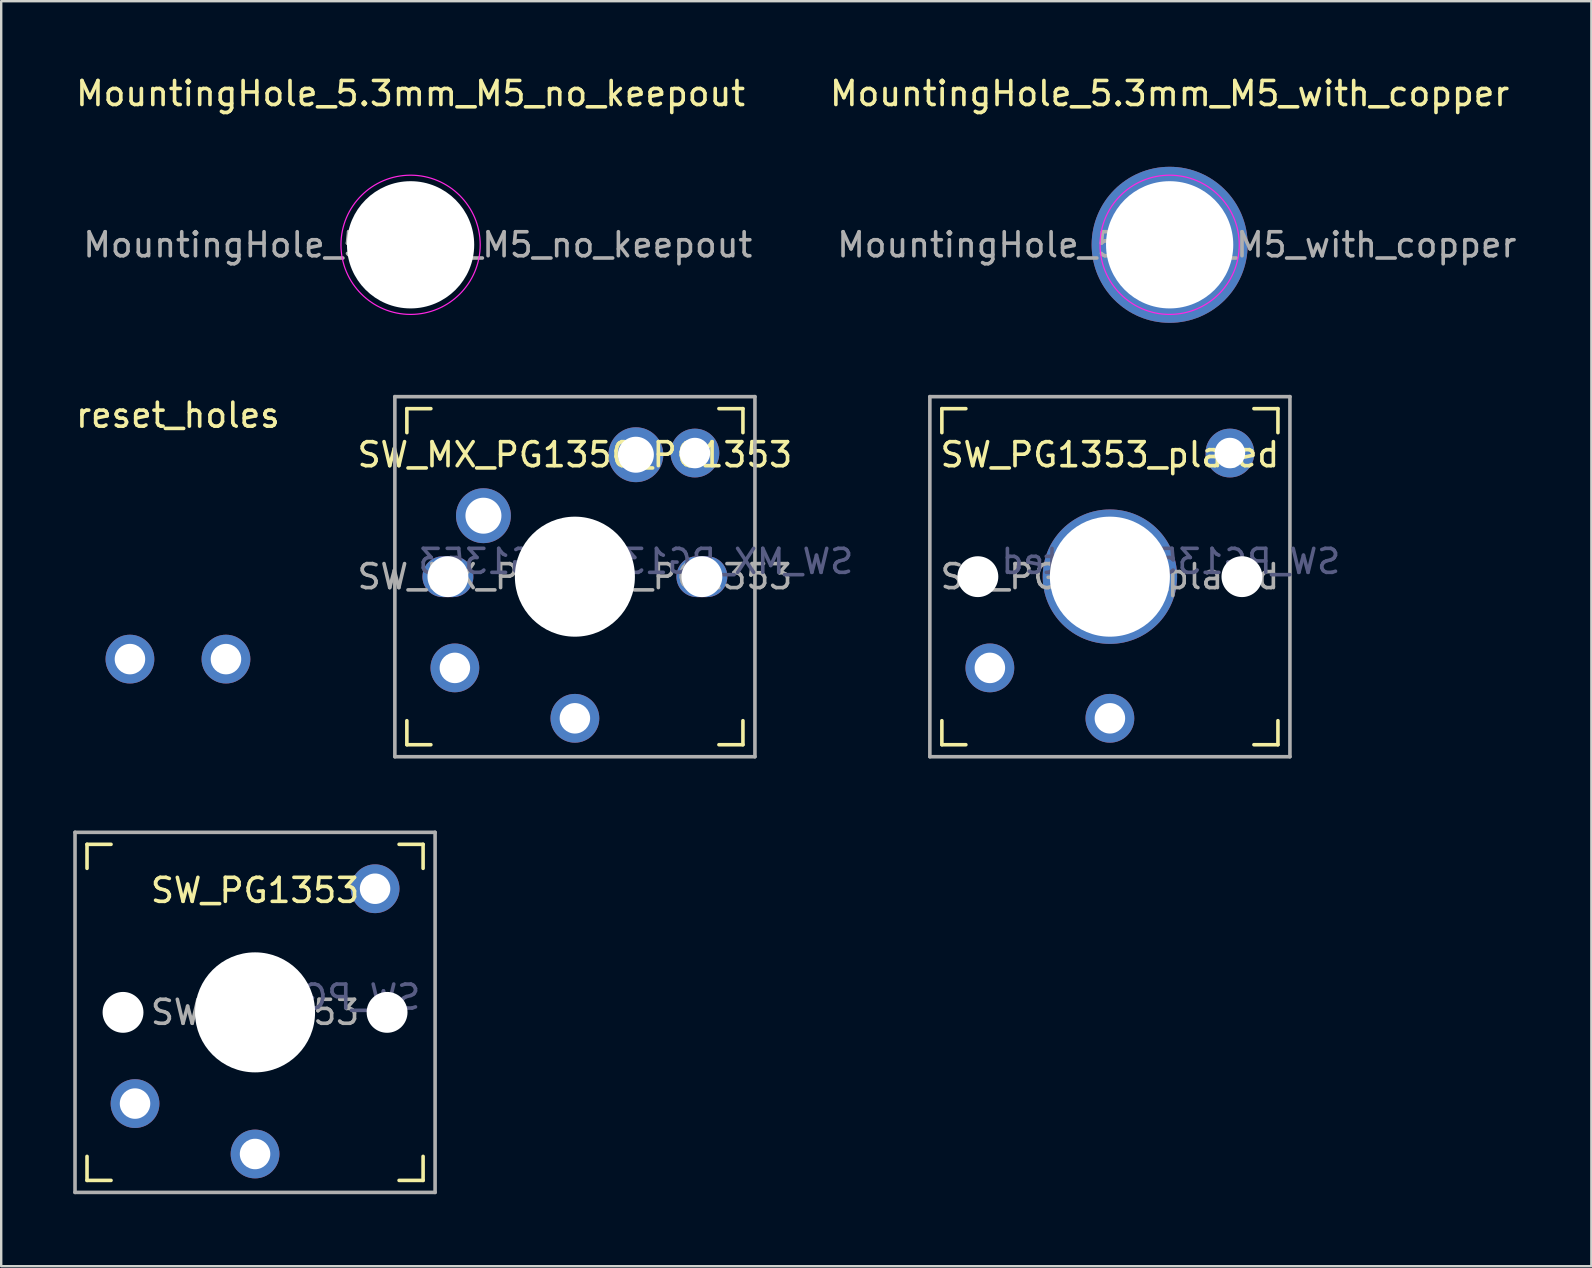
<source format=kicad_pcb>
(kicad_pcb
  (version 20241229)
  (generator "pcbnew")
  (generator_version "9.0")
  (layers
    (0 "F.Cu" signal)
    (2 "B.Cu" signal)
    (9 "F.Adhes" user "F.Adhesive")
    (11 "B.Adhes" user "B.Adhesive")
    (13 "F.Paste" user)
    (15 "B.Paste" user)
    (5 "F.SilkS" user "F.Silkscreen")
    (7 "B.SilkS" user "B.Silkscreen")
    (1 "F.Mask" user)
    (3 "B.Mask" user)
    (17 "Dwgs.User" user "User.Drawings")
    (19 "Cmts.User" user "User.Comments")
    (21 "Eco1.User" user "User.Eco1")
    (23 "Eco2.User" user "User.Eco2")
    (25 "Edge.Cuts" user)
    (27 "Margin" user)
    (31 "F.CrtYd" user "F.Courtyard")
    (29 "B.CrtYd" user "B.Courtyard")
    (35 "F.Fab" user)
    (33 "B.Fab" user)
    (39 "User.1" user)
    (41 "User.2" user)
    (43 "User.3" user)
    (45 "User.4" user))
  (footprint "SW_PG1353_plated"
    (layer "F.Cu")
    (at 43.186 20.973)
    (property "Reference" "SW_PG1353_plated" (at 0 -5.08 0) (layer "F.SilkS") (effects (font (size 1 1) (thickness 0.15))))
    (property "Value" "SW_PG1353_plated" (at 0 8.25 0) (layer "F.Fab") (hide yes) (effects (font (size 1 1) (thickness 0.15))))
    (attr through_hole)
    (fp_line (start -7 -6) (end -7 -7) (stroke (width 0.15) (type solid)) (layer "F.SilkS"))
    (fp_line (start -7 7) (end -7 6) (stroke (width 0.15) (type solid)) (layer "F.SilkS"))
    (fp_line (start -7 7) (end -6 7) (stroke (width 0.15) (type solid)) (layer "F.SilkS"))
    (fp_line (start -6 -7) (end -7 -7) (stroke (width 0.15) (type solid)) (layer "F.SilkS"))
    (fp_line (start 6 7) (end 7 7) (stroke (width 0.15) (type solid)) (layer "F.SilkS"))
    (fp_line (start 7 -7) (end 6 -7) (stroke (width 0.15) (type solid)) (layer "F.SilkS"))
    (fp_line (start 7 -7) (end 7 -6) (stroke (width 0.15) (type solid)) (layer "F.SilkS"))
    (fp_line (start 7 6) (end 7 7) (stroke (width 0.15) (type solid)) (layer "F.SilkS"))
    (fp_line (start -6.9 6.9) (end -6.9 -6.9) (stroke (width 0.15) (type solid)) (layer "Eco2.User"))
    (fp_line (start -6.9 6.9) (end 6.9 6.9) (stroke (width 0.15) (type solid)) (layer "Eco2.User"))
    (fp_line (start -2.6 -3.1) (end -2.6 -6.3) (stroke (width 0.15) (type solid)) (layer "Eco2.User"))
    (fp_line (start -2.6 -3.1) (end 2.6 -3.1) (stroke (width 0.15) (type solid)) (layer "Eco2.User"))
    (fp_line (start 2.6 -6.3) (end -2.6 -6.3) (stroke (width 0.15) (type solid)) (layer "Eco2.User"))
    (fp_line (start 2.6 -3.1) (end 2.6 -6.3) (stroke (width 0.15) (type solid)) (layer "Eco2.User"))
    (fp_line (start 6.9 -6.9) (end -6.9 -6.9) (stroke (width 0.15) (type solid)) (layer "Eco2.User"))
    (fp_line (start 6.9 -6.9) (end 6.9 6.9) (stroke (width 0.15) (type solid)) (layer "Eco2.User"))
    (fp_line (start -7.5 -7.5) (end 7.5 -7.5) (stroke (width 0.15) (type solid)) (layer "F.Fab"))
    (fp_line (start -7.5 7.5) (end -7.5 -7.5) (stroke (width 0.15) (type solid)) (layer "F.Fab"))
    (fp_line (start 7.5 -7.5) (end 7.5 7.5) (stroke (width 0.15) (type solid)) (layer "F.Fab"))
    (fp_line (start 7.5 7.5) (end -7.5 7.5) (stroke (width 0.15) (type solid)) (layer "F.Fab"))
    (fp_text user "${VALUE}" (at 2.54 -0.635 0) (layer "B.Fab") (effects (font (size 1 1) (thickness 0.15)) (justify mirror)))
    (fp_text user "${REFERENCE}" (at 0 0 0) (layer "F.Fab") (effects (font (size 1 1) (thickness 0.15))))
    (pad "" np_thru_hole circle (at -5.5 0) (size 1.702 1.702) (drill 1.702) (layers "*.Cu" "*.Mask"))
    (pad "" thru_hole circle (at 0 0) (size 5.6 5.6) (drill 5) (layers "*.Cu" "*.Mask"))
    (pad "" thru_hole circle (at 5 -5.15) (size 2.032 2.032) (drill 1.27) (layers "*.Cu" "*.Mask"))
    (pad "" np_thru_hole circle (at 5.5 0) (size 1.702 1.702) (drill 1.702) (layers "*.Cu" "*.Mask"))
    (pad "1" thru_hole circle (at 0 5.9) (size 2.032 2.032) (drill 1.27) (layers "*.Cu" "*.Mask"))
    (pad "2" thru_hole circle (at -5 3.8) (size 2.032 2.032) (drill 1.27) (layers "*.Cu" "*.Mask")))
  (footprint "reset_holes"
    (layer "F.Cu")
    (at 4.363 24.407)
    (property "Reference" "reset_holes" (at 0 -10.16 0) (layer "F.SilkS") (effects (font (size 1 1) (thickness 0.15))))
    (attr through_hole)
    (pad "1" thru_hole circle (at -2 0) (size 2.032 2.032) (drill 1.27) (layers "*.Cu" "*.Mask"))
    (pad "2" thru_hole circle (at 2 0) (size 2.032 2.032) (drill 1.27) (layers "*.Cu" "*.Mask")))
  (footprint "MountingHole_5.3mm_M5_with_copper"
    (layer "F.Cu")
    (at 45.675 7.148)
    (property "Reference" "MountingHole_5.3mm_M5_with_copper" (at 0 -6.3 0) (layer "F.SilkS") (effects (font (size 1 1) (thickness 0.15))))
    (attr exclude_from_pos_files exclude_from_bom)
    (fp_circle (center 0 0) (end 2.9 0) (stroke (width 0.05) (type solid)) (fill no) (layer "F.CrtYd"))
    (fp_text user "${REFERENCE}" (at 0.3 0 0) (layer "F.Fab") (effects (font (size 1 1) (thickness 0.15))))
    (pad "" thru_hole circle (at 0 0) (size 6.5 6.5) (drill 5.3) (layers "*.Cu" "*.Mask")))
  (footprint "SW_MX_PG1350_PG1353"
    (layer "F.Cu")
    (at 20.899 20.973)
    (property "Reference" "SW_MX_PG1350_PG1353" (at 0 -5.08 0) (layer "F.SilkS") (effects (font (size 1 1) (thickness 0.15))))
    (property "Value" "SW_MX_PG1350_PG1353" (at 0 8.25 0) (layer "F.Fab") (hide yes) (effects (font (size 1 1) (thickness 0.15))))
    (attr through_hole)
    (fp_line (start -7 -6) (end -7 -7) (stroke (width 0.15) (type solid)) (layer "F.SilkS"))
    (fp_line (start -7 7) (end -7 6) (stroke (width 0.15) (type solid)) (layer "F.SilkS"))
    (fp_line (start -7 7) (end -6 7) (stroke (width 0.15) (type solid)) (layer "F.SilkS"))
    (fp_line (start -6 -7) (end -7 -7) (stroke (width 0.15) (type solid)) (layer "F.SilkS"))
    (fp_line (start 6 7) (end 7 7) (stroke (width 0.15) (type solid)) (layer "F.SilkS"))
    (fp_line (start 7 -7) (end 6 -7) (stroke (width 0.15) (type solid)) (layer "F.SilkS"))
    (fp_line (start 7 -7) (end 7 -6) (stroke (width 0.15) (type solid)) (layer "F.SilkS"))
    (fp_line (start 7 6) (end 7 7) (stroke (width 0.15) (type solid)) (layer "F.SilkS"))
    (fp_line (start -6.9 6.9) (end -6.9 -6.9) (stroke (width 0.15) (type solid)) (layer "Eco2.User"))
    (fp_line (start -6.9 6.9) (end 6.9 6.9) (stroke (width 0.15) (type solid)) (layer "Eco2.User"))
    (fp_line (start -2.6 -3.1) (end -2.6 -6.3) (stroke (width 0.15) (type solid)) (layer "Eco2.User"))
    (fp_line (start -2.6 -3.1) (end 2.6 -3.1) (stroke (width 0.15) (type solid)) (layer "Eco2.User"))
    (fp_line (start 2.6 -6.3) (end -2.6 -6.3) (stroke (width 0.15) (type solid)) (layer "Eco2.User"))
    (fp_line (start 2.6 -3.1) (end 2.6 -6.3) (stroke (width 0.15) (type solid)) (layer "Eco2.User"))
    (fp_line (start 6.9 -6.9) (end -6.9 -6.9) (stroke (width 0.15) (type solid)) (layer "Eco2.User"))
    (fp_line (start 6.9 -6.9) (end 6.9 6.9) (stroke (width 0.15) (type solid)) (layer "Eco2.User"))
    (fp_line (start -7.5 -7.5) (end 7.5 -7.5) (stroke (width 0.15) (type solid)) (layer "F.Fab"))
    (fp_line (start -7.5 7.5) (end -7.5 -7.5) (stroke (width 0.15) (type solid)) (layer "F.Fab"))
    (fp_line (start 7.5 -7.5) (end 7.5 7.5) (stroke (width 0.15) (type solid)) (layer "F.Fab"))
    (fp_line (start 7.5 7.5) (end -7.5 7.5) (stroke (width 0.15) (type solid)) (layer "F.Fab"))
    (fp_text user "${VALUE}" (at 2.54 -0.635 0) (layer "B.Fab") (effects (font (size 1 1) (thickness 0.15)) (justify mirror)))
    (fp_text user "${REFERENCE}" (at 0 0 0) (layer "F.Fab") (effects (font (size 1 1) (thickness 0.15))))
    (pad "" np_thru_hole oval (at -5.29 0) (size 2.122 1.702) (drill 1.702) (layers "*.Cu" "*.Mask"))
    (pad "" np_thru_hole circle (at 0 0) (size 5 5) (drill 5) (layers "*.Cu" "*.Mask"))
    (pad "" thru_hole circle (at 5 -5.15) (size 2.032 2.032) (drill 1.27) (layers "*.Cu" "*.Mask"))
    (pad "" np_thru_hole oval (at 5.29 0) (size 2.122 1.702) (drill 1.702) (layers "*.Cu" "*.Mask"))
    (pad "1" thru_hole circle (at 0 5.9) (size 2.032 2.032) (drill 1.27) (layers "*.Cu" "*.Mask"))
    (pad "1" thru_hole circle (at 2.54 -5.08) (size 2.286 2.286) (drill 1.499) (layers "*.Cu" "*.Mask"))
    (pad "2" thru_hole circle (at -5 3.8) (size 2.032 2.032) (drill 1.27) (layers "*.Cu" "*.Mask"))
    (pad "2" thru_hole circle (at -3.81 -2.54) (size 2.286 2.286) (drill 1.499) (layers "*.Cu" "*.Mask")))
  (footprint "MountingHole_5.3mm_M5_no_keepout"
    (layer "F.Cu")
    (at 14.054 7.148)
    (property "Reference" "MountingHole_5.3mm_M5_no_keepout" (at 0 -6.3 0) (layer "F.SilkS") (effects (font (size 1 1) (thickness 0.15))))
    (attr exclude_from_pos_files exclude_from_bom)
    (fp_circle (center 0 0) (end 2.9 0) (stroke (width 0.05) (type solid)) (fill no) (layer "F.CrtYd"))
    (fp_text user "${REFERENCE}" (at 0.3 0 0) (layer "F.Fab") (effects (font (size 1 1) (thickness 0.15))))
    (pad "" np_thru_hole circle (at 0 0) (size 5.3 5.3) (drill 5.3) (layers "*.Cu" "*.Mask")))
  (footprint "SW_PG1353"
    (layer "F.Cu")
    (at 7.575 39.123)
    (property "Reference" "SW_PG1353" (at 0 -5.08 0) (layer "F.SilkS") (effects (font (size 1 1) (thickness 0.15))))
    (property "Value" "SW_PG1353" (at 0 8.25 0) (layer "F.Fab") (hide yes) (effects (font (size 1 1) (thickness 0.15))))
    (attr through_hole)
    (fp_line (start -7 -6) (end -7 -7) (stroke (width 0.15) (type solid)) (layer "F.SilkS"))
    (fp_line (start -7 7) (end -7 6) (stroke (width 0.15) (type solid)) (layer "F.SilkS"))
    (fp_line (start -7 7) (end -6 7) (stroke (width 0.15) (type solid)) (layer "F.SilkS"))
    (fp_line (start -6 -7) (end -7 -7) (stroke (width 0.15) (type solid)) (layer "F.SilkS"))
    (fp_line (start 6 7) (end 7 7) (stroke (width 0.15) (type solid)) (layer "F.SilkS"))
    (fp_line (start 7 -7) (end 6 -7) (stroke (width 0.15) (type solid)) (layer "F.SilkS"))
    (fp_line (start 7 -7) (end 7 -6) (stroke (width 0.15) (type solid)) (layer "F.SilkS"))
    (fp_line (start 7 6) (end 7 7) (stroke (width 0.15) (type solid)) (layer "F.SilkS"))
    (fp_line (start -6.9 6.9) (end -6.9 -6.9) (stroke (width 0.15) (type solid)) (layer "Eco2.User"))
    (fp_line (start -6.9 6.9) (end 6.9 6.9) (stroke (width 0.15) (type solid)) (layer "Eco2.User"))
    (fp_line (start -2.6 -3.1) (end -2.6 -6.3) (stroke (width 0.15) (type solid)) (layer "Eco2.User"))
    (fp_line (start -2.6 -3.1) (end 2.6 -3.1) (stroke (width 0.15) (type solid)) (layer "Eco2.User"))
    (fp_line (start 2.6 -6.3) (end -2.6 -6.3) (stroke (width 0.15) (type solid)) (layer "Eco2.User"))
    (fp_line (start 2.6 -3.1) (end 2.6 -6.3) (stroke (width 0.15) (type solid)) (layer "Eco2.User"))
    (fp_line (start 6.9 -6.9) (end -6.9 -6.9) (stroke (width 0.15) (type solid)) (layer "Eco2.User"))
    (fp_line (start 6.9 -6.9) (end 6.9 6.9) (stroke (width 0.15) (type solid)) (layer "Eco2.User"))
    (fp_line (start -7.5 -7.5) (end 7.5 -7.5) (stroke (width 0.15) (type solid)) (layer "F.Fab"))
    (fp_line (start -7.5 7.5) (end -7.5 -7.5) (stroke (width 0.15) (type solid)) (layer "F.Fab"))
    (fp_line (start 7.5 -7.5) (end 7.5 7.5) (stroke (width 0.15) (type solid)) (layer "F.Fab"))
    (fp_line (start 7.5 7.5) (end -7.5 7.5) (stroke (width 0.15) (type solid)) (layer "F.Fab"))
    (fp_text user "${VALUE}" (at 2.54 -0.635 0) (layer "B.Fab") (effects (font (size 1 1) (thickness 0.15)) (justify mirror)))
    (fp_text user "${REFERENCE}" (at 0 0 0) (layer "F.Fab") (effects (font (size 1 1) (thickness 0.15))))
    (pad "" np_thru_hole circle (at -5.5 0) (size 1.702 1.702) (drill 1.702) (layers "*.Cu" "*.Mask"))
    (pad "" np_thru_hole circle (at 0 0) (size 5 5) (drill 5) (layers "*.Cu" "*.Mask"))
    (pad "" thru_hole circle (at 5 -5.15) (size 2.032 2.032) (drill 1.27) (layers "*.Cu" "*.Mask"))
    (pad "" np_thru_hole circle (at 5.5 0) (size 1.702 1.702) (drill 1.702) (layers "*.Cu" "*.Mask"))
    (pad "1" thru_hole circle (at 0 5.9) (size 2.032 2.032) (drill 1.27) (layers "*.Cu" "*.Mask"))
    (pad "2" thru_hole circle (at -5 3.8) (size 2.032 2.032) (drill 1.27) (layers "*.Cu" "*.Mask")))
  (gr_rect
    (start -3 -3)
    (end 63.243 49.698)
    (stroke (width 0.1) (type default))
    (fill no)
    (layer "Edge.Cuts")))
</source>
